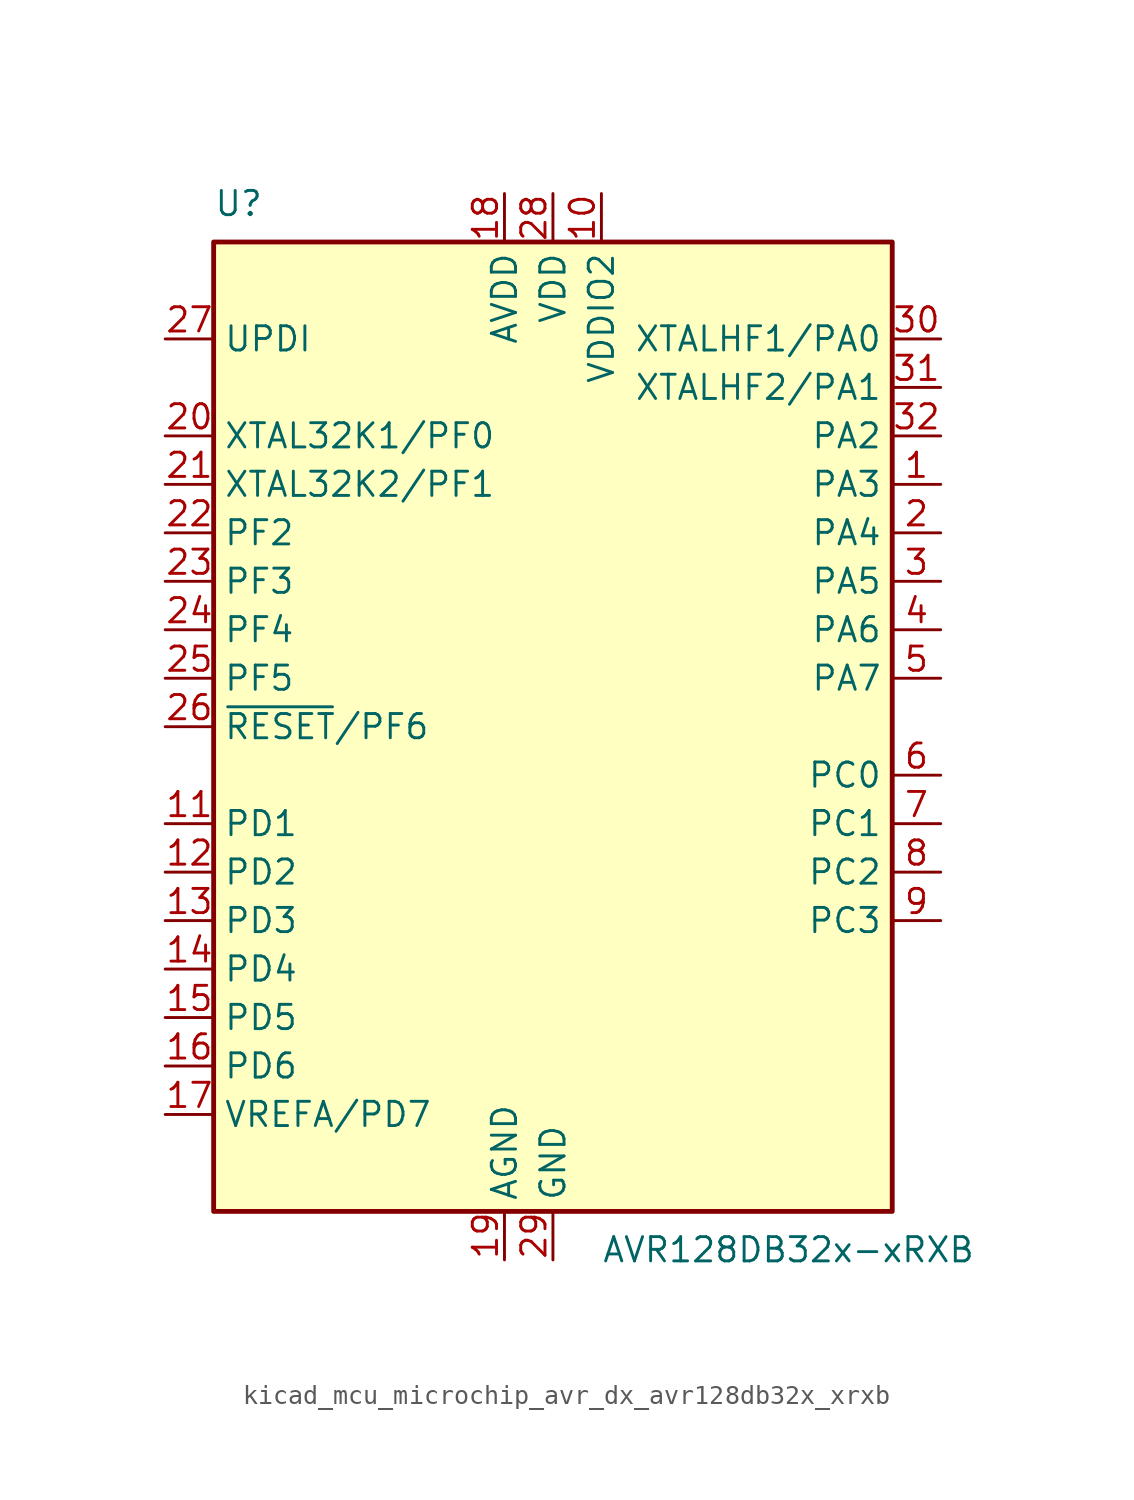
<source format=kicad_sym>
(kicad_symbol_lib
  (version 20220914)
  (generator kicad_symbol_editor)
  (symbol "kicad_mcu_microchip_avr_dx_avr128db32x_xrxb"
    (property "Reference" "U"
      (at -17.78 26.67 0)
      (effects (font (size 1.27 1.27)) (justify left bottom)))
    (property "Value" "AVR128DB32x-xRXB"
      (at 2.54 -26.67 0)
      (effects (font (size 1.27 1.27)) (justify left top)))
    (symbol "kicad_mcu_microchip_avr_dx_avr128db32x_xrxb_0_1"
      (rectangle (start -17.78 25.4) (end 17.78 -25.4) (stroke (width 0.254) (type default)) (fill (type background))))
    (symbol "kicad_mcu_microchip_avr_dx_avr128db32x_xrxb_1_1"
      (pin bidirectional line (at 20.32 12.7 180) (length 2.54) (name "PA3" (effects (font (size 1.27 1.27)))) (number "1" (effects (font (size 1.27 1.27)))))
      (pin power_in line (at 2.54 27.94 270) (length 2.54) (name "VDDIO2" (effects (font (size 1.27 1.27)))) (number "10" (effects (font (size 1.27 1.27)))))
      (pin bidirectional line (at -20.32 -5.08 0) (length 2.54) (name "PD1" (effects (font (size 1.27 1.27)))) (number "11" (effects (font (size 1.27 1.27)))))
      (pin bidirectional line (at -20.32 -7.62 0) (length 2.54) (name "PD2" (effects (font (size 1.27 1.27)))) (number "12" (effects (font (size 1.27 1.27)))))
      (pin bidirectional line (at -20.32 -10.16 0) (length 2.54) (name "PD3" (effects (font (size 1.27 1.27)))) (number "13" (effects (font (size 1.27 1.27)))))
      (pin bidirectional line (at -20.32 -12.7 0) (length 2.54) (name "PD4" (effects (font (size 1.27 1.27)))) (number "14" (effects (font (size 1.27 1.27)))))
      (pin bidirectional line (at -20.32 -15.24 0) (length 2.54) (name "PD5" (effects (font (size 1.27 1.27)))) (number "15" (effects (font (size 1.27 1.27)))))
      (pin bidirectional line (at -20.32 -17.78 0) (length 2.54) (name "PD6" (effects (font (size 1.27 1.27)))) (number "16" (effects (font (size 1.27 1.27)))))
      (pin bidirectional line (at -20.32 -20.32 0) (length 2.54) (name "VREFA/PD7" (effects (font (size 1.27 1.27)))) (number "17" (effects (font (size 1.27 1.27)))))
      (pin power_in line (at -2.54 27.94 270) (length 2.54) (name "AVDD" (effects (font (size 1.27 1.27)))) (number "18" (effects (font (size 1.27 1.27)))))
      (pin power_in line (at -2.54 -27.94 90) (length 2.54) (name "AGND" (effects (font (size 1.27 1.27)))) (number "19" (effects (font (size 1.27 1.27)))))
      (pin bidirectional line (at 20.32 10.16 180) (length 2.54) (name "PA4" (effects (font (size 1.27 1.27)))) (number "2" (effects (font (size 1.27 1.27)))))
      (pin bidirectional line (at -20.32 15.24 0) (length 2.54) (name "XTAL32K1/PF0" (effects (font (size 1.27 1.27)))) (number "20" (effects (font (size 1.27 1.27)))))
      (pin bidirectional line (at -20.32 12.7 0) (length 2.54) (name "XTAL32K2/PF1" (effects (font (size 1.27 1.27)))) (number "21" (effects (font (size 1.27 1.27)))))
      (pin bidirectional line (at -20.32 10.16 0) (length 2.54) (name "PF2" (effects (font (size 1.27 1.27)))) (number "22" (effects (font (size 1.27 1.27)))))
      (pin bidirectional line (at -20.32 7.62 0) (length 2.54) (name "PF3" (effects (font (size 1.27 1.27)))) (number "23" (effects (font (size 1.27 1.27)))))
      (pin bidirectional line (at -20.32 5.08 0) (length 2.54) (name "PF4" (effects (font (size 1.27 1.27)))) (number "24" (effects (font (size 1.27 1.27)))))
      (pin bidirectional line (at -20.32 2.54 0) (length 2.54) (name "PF5" (effects (font (size 1.27 1.27)))) (number "25" (effects (font (size 1.27 1.27)))))
      (pin bidirectional line (at -20.32 0 0) (length 2.54) (name "~{RESET}/PF6" (effects (font (size 1.27 1.27)))) (number "26" (effects (font (size 1.27 1.27)))))
      (pin input line (at -20.32 20.32 0) (length 2.54) (name "UPDI" (effects (font (size 1.27 1.27)))) (number "27" (effects (font (size 1.27 1.27)))))
      (pin power_in line (at 0 27.94 270) (length 2.54) (name "VDD" (effects (font (size 1.27 1.27)))) (number "28" (effects (font (size 1.27 1.27)))))
      (pin power_in line (at 0 -27.94 90) (length 2.54) (name "GND" (effects (font (size 1.27 1.27)))) (number "29" (effects (font (size 1.27 1.27)))))
      (pin bidirectional line (at 20.32 7.62 180) (length 2.54) (name "PA5" (effects (font (size 1.27 1.27)))) (number "3" (effects (font (size 1.27 1.27)))))
      (pin bidirectional line (at 20.32 20.32 180) (length 2.54) (name "XTALHF1/PA0" (effects (font (size 1.27 1.27)))) (number "30" (effects (font (size 1.27 1.27)))))
      (pin bidirectional line (at 20.32 17.78 180) (length 2.54) (name "XTALHF2/PA1" (effects (font (size 1.27 1.27)))) (number "31" (effects (font (size 1.27 1.27)))))
      (pin bidirectional line (at 20.32 15.24 180) (length 2.54) (name "PA2" (effects (font (size 1.27 1.27)))) (number "32" (effects (font (size 1.27 1.27)))))
      (pin passive line (at 0 -27.94 90) (length 2.54) hide (name "GND" (effects (font (size 1.27 1.27)))) (number "33" (effects (font (size 1.27 1.27)))))
      (pin bidirectional line (at 20.32 5.08 180) (length 2.54) (name "PA6" (effects (font (size 1.27 1.27)))) (number "4" (effects (font (size 1.27 1.27)))))
      (pin bidirectional line (at 20.32 2.54 180) (length 2.54) (name "PA7" (effects (font (size 1.27 1.27)))) (number "5" (effects (font (size 1.27 1.27)))))
      (pin bidirectional line (at 20.32 -2.54 180) (length 2.54) (name "PC0" (effects (font (size 1.27 1.27)))) (number "6" (effects (font (size 1.27 1.27)))))
      (pin bidirectional line (at 20.32 -5.08 180) (length 2.54) (name "PC1" (effects (font (size 1.27 1.27)))) (number "7" (effects (font (size 1.27 1.27)))))
      (pin bidirectional line (at 20.32 -7.62 180) (length 2.54) (name "PC2" (effects (font (size 1.27 1.27)))) (number "8" (effects (font (size 1.27 1.27)))))
      (pin bidirectional line (at 20.32 -10.16 180) (length 2.54) (name "PC3" (effects (font (size 1.27 1.27)))) (number "9" (effects (font (size 1.27 1.27))))))))
</source>
